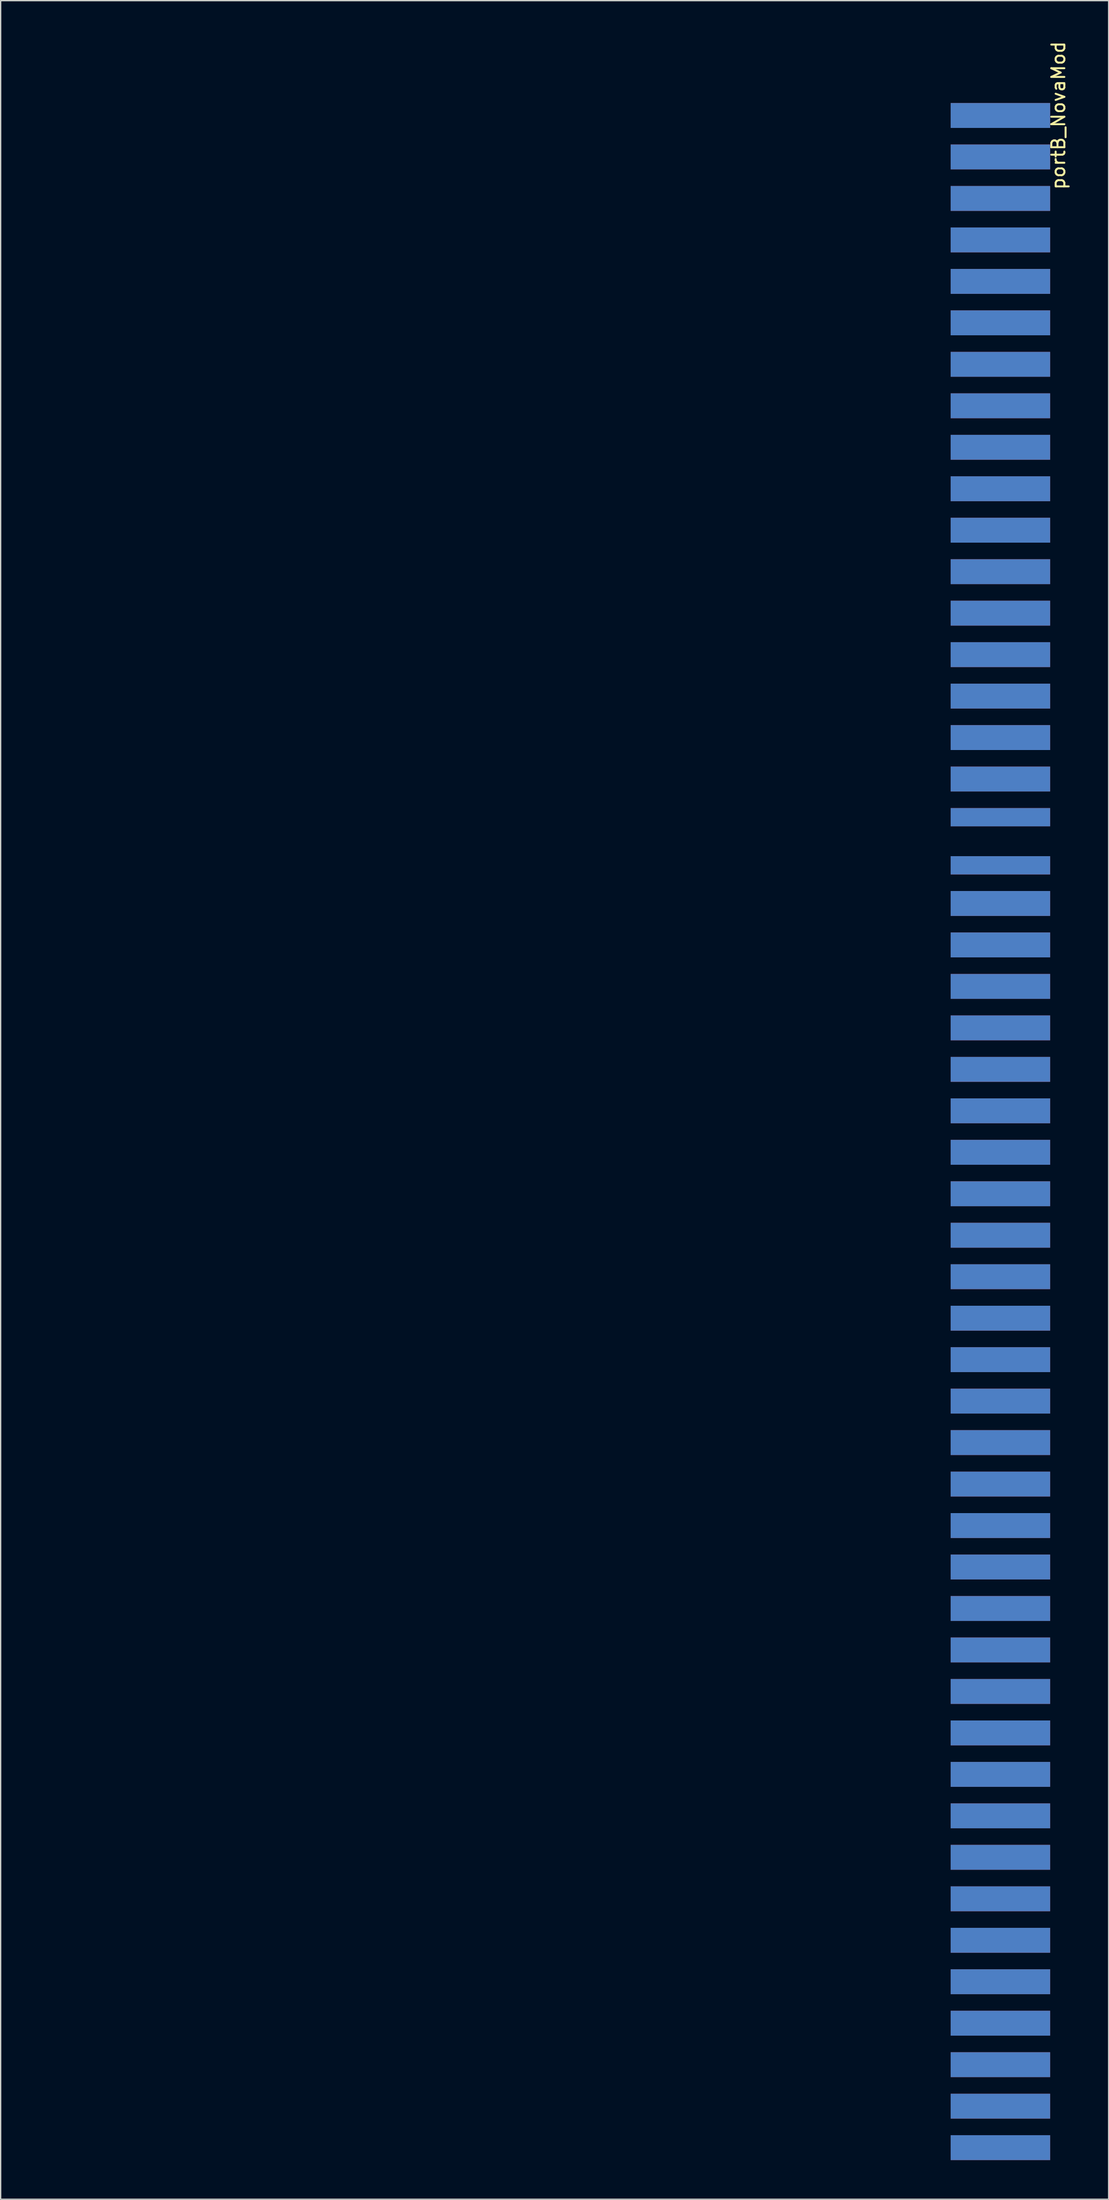
<source format=kicad_pcb>
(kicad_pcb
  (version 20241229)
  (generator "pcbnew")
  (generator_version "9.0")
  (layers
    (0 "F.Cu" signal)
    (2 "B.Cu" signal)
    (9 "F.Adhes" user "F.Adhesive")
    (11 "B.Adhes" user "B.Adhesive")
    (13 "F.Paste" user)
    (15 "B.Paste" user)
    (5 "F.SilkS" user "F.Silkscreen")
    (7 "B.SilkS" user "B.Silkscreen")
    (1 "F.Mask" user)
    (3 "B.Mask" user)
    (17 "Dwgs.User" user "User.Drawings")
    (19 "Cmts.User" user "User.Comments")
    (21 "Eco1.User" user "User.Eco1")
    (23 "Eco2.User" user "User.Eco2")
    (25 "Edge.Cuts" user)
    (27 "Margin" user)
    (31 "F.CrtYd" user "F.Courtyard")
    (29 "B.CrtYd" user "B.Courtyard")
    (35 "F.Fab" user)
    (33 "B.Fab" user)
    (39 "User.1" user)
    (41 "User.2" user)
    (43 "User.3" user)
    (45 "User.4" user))
  (footprint "portB_NovaMod"
    (layer "F.Cu")
    (at 0.25 81.039)
    (property "Reference" "portB_NovaMod" (at 77.787 -75.248 270) (layer "F.SilkS") (effects (font (size 1 1) (thickness 0.15))))
    (attr through_hole)
    (pad "1" smd rect (at 73.343 -75.248 270) (size 1.905 7.62) (layers "F.Cu" "F.Mask" "F.Paste"))
    (pad "2" smd rect (at 73.343 -75.248 270) (size 1.905 7.62) (layers "B.Cu" "B.Mask" "B.Paste"))
    (pad "3" smd rect (at 73.343 -72.073 270) (size 1.905 7.62) (layers "F.Cu" "F.Mask" "F.Paste"))
    (pad "4" smd rect (at 73.343 -72.073 270) (size 1.905 7.62) (layers "B.Cu" "B.Mask" "B.Paste"))
    (pad "5" smd rect (at 73.343 -68.897 270) (size 1.905 7.62) (layers "F.Cu" "F.Mask" "F.Paste"))
    (pad "6" smd rect (at 73.343 -68.897 270) (size 1.905 7.62) (layers "B.Cu" "B.Mask" "B.Paste"))
    (pad "7" smd rect (at 73.343 -65.722 270) (size 1.905 7.62) (layers "F.Cu" "F.Mask" "F.Paste"))
    (pad "8" smd rect (at 73.343 -65.722 270) (size 1.905 7.62) (layers "B.Cu" "B.Mask" "B.Paste"))
    (pad "9" smd rect (at 73.343 -62.547 270) (size 1.905 7.62) (layers "F.Cu" "F.Mask" "F.Paste"))
    (pad "10" smd rect (at 73.343 -62.547 270) (size 1.905 7.62) (layers "B.Cu" "B.Mask" "B.Paste"))
    (pad "11" smd rect (at 73.343 -59.373 270) (size 1.905 7.62) (layers "F.Cu" "F.Mask" "F.Paste"))
    (pad "12" smd rect (at 73.343 -59.373 270) (size 1.905 7.62) (layers "B.Cu" "B.Mask" "B.Paste"))
    (pad "13" smd rect (at 73.343 -56.197 270) (size 1.905 7.62) (layers "F.Cu" "F.Mask" "F.Paste"))
    (pad "14" smd rect (at 73.343 -56.197 270) (size 1.905 7.62) (layers "B.Cu" "B.Mask" "B.Paste"))
    (pad "15" smd rect (at 73.343 -53.023 270) (size 1.905 7.62) (layers "F.Cu" "F.Mask" "F.Paste"))
    (pad "16" smd rect (at 73.343 -53.023 270) (size 1.905 7.62) (layers "B.Cu" "B.Mask" "B.Paste"))
    (pad "17" smd rect (at 73.343 -49.847 270) (size 1.905 7.62) (layers "F.Cu" "F.Mask" "F.Paste"))
    (pad "18" smd rect (at 73.343 -49.847 270) (size 1.905 7.62) (layers "B.Cu" "B.Mask" "B.Paste"))
    (pad "19" smd rect (at 73.343 -46.672 270) (size 1.905 7.62) (layers "F.Cu" "F.Mask" "F.Paste"))
    (pad "20" smd rect (at 73.343 -46.672 270) (size 1.905 7.62) (layers "B.Cu" "B.Mask" "B.Paste"))
    (pad "21" smd rect (at 73.343 -43.498 270) (size 1.905 7.62) (layers "F.Cu" "F.Mask" "F.Paste"))
    (pad "22" smd rect (at 73.343 -43.498 270) (size 1.905 7.62) (layers "B.Cu" "B.Mask" "B.Paste"))
    (pad "23" smd rect (at 73.343 -40.322 270) (size 1.905 7.62) (layers "F.Cu" "F.Mask" "F.Paste"))
    (pad "24" smd rect (at 73.343 -40.322 270) (size 1.905 7.62) (layers "B.Cu" "B.Mask" "B.Paste"))
    (pad "25" smd rect (at 73.343 -37.148 270) (size 1.905 7.62) (layers "F.Cu" "F.Mask" "F.Paste"))
    (pad "26" smd rect (at 73.343 -37.148 270) (size 1.905 7.62) (layers "B.Cu" "B.Mask" "B.Paste"))
    (pad "27" smd rect (at 73.343 -33.972 270) (size 1.905 7.62) (layers "F.Cu" "F.Mask" "F.Paste"))
    (pad "28" smd rect (at 73.343 -33.972 270) (size 1.905 7.62) (layers "B.Cu" "B.Mask" "B.Paste"))
    (pad "29" smd rect (at 73.343 -30.797 270) (size 1.905 7.62) (layers "F.Cu" "F.Mask" "F.Paste"))
    (pad "30" smd rect (at 73.343 -30.797 270) (size 1.905 7.62) (layers "B.Cu" "B.Mask" "B.Paste"))
    (pad "31" smd rect (at 73.343 -27.622 270) (size 1.905 7.62) (layers "F.Cu" "F.Mask" "F.Paste"))
    (pad "32" smd rect (at 73.343 -27.622 270) (size 1.905 7.62) (layers "B.Cu" "B.Mask" "B.Paste"))
    (pad "33" smd rect (at 73.343 -24.448 270) (size 1.905 7.62) (layers "F.Cu" "F.Mask" "F.Paste"))
    (pad "34" smd rect (at 73.343 -24.448 270) (size 1.905 7.62) (layers "B.Cu" "B.Mask" "B.Paste"))
    (pad "35" smd rect (at 73.343 -21.526 270) (size 1.397 7.62) (layers "F.Cu" "F.Mask" "F.Paste"))
    (pad "36" smd rect (at 73.343 -21.526 270) (size 1.397 7.62) (layers "B.Cu" "B.Mask" "B.Paste"))
    (pad "37" smd rect (at 73.343 -17.843 270) (size 1.397 7.62) (layers "F.Cu" "F.Mask" "F.Paste"))
    (pad "38" smd rect (at 73.343 -17.843 270) (size 1.397 7.62) (layers "B.Cu" "B.Mask" "B.Paste"))
    (pad "39" smd rect (at 73.343 -14.922 270) (size 1.905 7.62) (layers "F.Cu" "F.Mask" "F.Paste"))
    (pad "40" smd rect (at 73.343 -14.922 270) (size 1.905 7.62) (layers "B.Cu" "B.Mask" "B.Paste"))
    (pad "41" smd rect (at 73.343 -11.748 270) (size 1.905 7.62) (layers "F.Cu" "F.Mask" "F.Paste"))
    (pad "42" smd rect (at 73.343 -11.748 270) (size 1.905 7.62) (layers "B.Cu" "B.Mask" "B.Paste"))
    (pad "43" smd rect (at 73.343 -8.572 270) (size 1.905 7.62) (layers "F.Cu" "F.Mask" "F.Paste"))
    (pad "44" smd rect (at 73.343 -8.572 270) (size 1.905 7.62) (layers "B.Cu" "B.Mask" "B.Paste"))
    (pad "45" smd rect (at 73.343 -5.397 270) (size 1.905 7.62) (layers "F.Cu" "F.Mask" "F.Paste"))
    (pad "46" smd rect (at 73.343 -5.397 270) (size 1.905 7.62) (layers "B.Cu" "B.Mask" "B.Paste"))
    (pad "47" smd rect (at 73.343 -2.223 270) (size 1.905 7.62) (layers "F.Cu" "F.Mask" "F.Paste"))
    (pad "48" smd rect (at 73.343 -2.223 270) (size 1.905 7.62) (layers "B.Cu" "B.Mask" "B.Paste"))
    (pad "49" smd rect (at 73.343 0.953 270) (size 1.905 7.62) (layers "F.Cu" "F.Mask" "F.Paste"))
    (pad "50" smd rect (at 73.343 0.953 270) (size 1.905 7.62) (layers "B.Cu" "B.Mask" "B.Paste"))
    (pad "51" smd rect (at 73.343 4.128 270) (size 1.905 7.62) (layers "F.Cu" "F.Mask" "F.Paste"))
    (pad "52" smd rect (at 73.343 4.128 270) (size 1.905 7.62) (layers "B.Cu" "B.Mask" "B.Paste"))
    (pad "53" smd rect (at 73.343 7.303 270) (size 1.905 7.62) (layers "F.Cu" "F.Mask" "F.Paste"))
    (pad "54" smd rect (at 73.343 7.303 270) (size 1.905 7.62) (layers "B.Cu" "B.Mask" "B.Paste"))
    (pad "55" smd rect (at 73.343 10.477 270) (size 1.905 7.62) (layers "F.Cu" "F.Mask" "F.Paste"))
    (pad "56" smd rect (at 73.343 10.477 270) (size 1.905 7.62) (layers "B.Cu" "B.Mask" "B.Paste"))
    (pad "57" smd rect (at 73.343 13.652 270) (size 1.905 7.62) (layers "F.Cu" "F.Mask" "F.Paste"))
    (pad "58" smd rect (at 73.343 13.652 270) (size 1.905 7.62) (layers "B.Cu" "B.Mask" "B.Paste"))
    (pad "59" smd rect (at 73.343 16.828 270) (size 1.905 7.62) (layers "F.Cu" "F.Mask" "F.Paste"))
    (pad "60" smd rect (at 73.343 16.828 270) (size 1.905 7.62) (layers "B.Cu" "B.Mask" "B.Paste"))
    (pad "61" smd rect (at 73.343 20.003 270) (size 1.905 7.62) (layers "F.Cu" "F.Mask" "F.Paste"))
    (pad "62" smd rect (at 73.343 20.003 270) (size 1.905 7.62) (layers "B.Cu" "B.Mask" "B.Paste"))
    (pad "63" smd rect (at 73.343 23.177 270) (size 1.905 7.62) (layers "F.Cu" "F.Mask" "F.Paste"))
    (pad "64" smd rect (at 73.343 23.177 270) (size 1.905 7.62) (layers "B.Cu" "B.Mask" "B.Paste"))
    (pad "65" smd rect (at 73.343 26.352 270) (size 1.905 7.62) (layers "F.Cu" "F.Mask" "F.Paste"))
    (pad "66" smd rect (at 73.343 26.352 270) (size 1.905 7.62) (layers "B.Cu" "B.Mask" "B.Paste"))
    (pad "67" smd rect (at 73.343 29.527 270) (size 1.905 7.62) (layers "F.Cu" "F.Mask" "F.Paste"))
    (pad "68" smd rect (at 73.343 29.527 270) (size 1.905 7.62) (layers "B.Cu" "B.Mask" "B.Paste"))
    (pad "69" smd rect (at 73.343 32.703 270) (size 1.905 7.62) (layers "F.Cu" "F.Mask" "F.Paste"))
    (pad "70" smd rect (at 73.343 32.703 270) (size 1.905 7.62) (layers "B.Cu" "B.Mask" "B.Paste"))
    (pad "71" smd rect (at 73.343 35.877 270) (size 1.905 7.62) (layers "F.Cu" "F.Mask" "F.Paste"))
    (pad "72" smd rect (at 73.343 35.877 270) (size 1.905 7.62) (layers "B.Cu" "B.Mask" "B.Paste"))
    (pad "73" smd rect (at 73.343 39.053 270) (size 1.905 7.62) (layers "F.Cu" "F.Mask" "F.Paste"))
    (pad "74" smd rect (at 73.343 39.053 270) (size 1.905 7.62) (layers "B.Cu" "B.Mask" "B.Paste"))
    (pad "75" smd rect (at 73.343 42.227 270) (size 1.905 7.62) (layers "F.Cu" "F.Mask" "F.Paste"))
    (pad "76" smd rect (at 73.343 42.227 270) (size 1.905 7.62) (layers "B.Cu" "B.Mask" "B.Paste"))
    (pad "77" smd rect (at 73.343 45.403 270) (size 1.905 7.62) (layers "F.Cu" "F.Mask" "F.Paste"))
    (pad "78" smd rect (at 73.343 45.403 270) (size 1.905 7.62) (layers "B.Cu" "B.Mask" "B.Paste"))
    (pad "79" smd rect (at 73.343 48.578 270) (size 1.905 7.62) (layers "F.Cu" "F.Mask" "F.Paste"))
    (pad "80" smd rect (at 73.343 48.578 270) (size 1.905 7.62) (layers "B.Cu" "B.Mask" "B.Paste"))
    (pad "81" smd rect (at 73.343 51.752 270) (size 1.905 7.62) (layers "F.Cu" "F.Mask" "F.Paste"))
    (pad "82" smd rect (at 73.343 51.752 270) (size 1.905 7.62) (layers "B.Cu" "B.Mask" "B.Paste"))
    (pad "83" smd rect (at 73.343 54.928 270) (size 1.905 7.62) (layers "F.Cu" "F.Mask" "F.Paste"))
    (pad "84" smd rect (at 73.343 54.928 270) (size 1.905 7.62) (layers "B.Cu" "B.Mask" "B.Paste"))
    (pad "85" smd rect (at 73.343 58.102 270) (size 1.905 7.62) (layers "F.Cu" "F.Mask" "F.Paste"))
    (pad "86" smd rect (at 73.343 58.102 270) (size 1.905 7.62) (layers "B.Cu" "B.Mask" "B.Paste"))
    (pad "87" smd rect (at 73.343 61.278 270) (size 1.905 7.62) (layers "F.Cu" "F.Mask" "F.Paste"))
    (pad "88" smd rect (at 73.343 61.278 270) (size 1.905 7.62) (layers "B.Cu" "B.Mask" "B.Paste"))
    (pad "89" smd rect (at 73.343 64.453 270) (size 1.905 7.62) (layers "F.Cu" "F.Mask" "F.Paste"))
    (pad "90" smd rect (at 73.343 64.453 270) (size 1.905 7.62) (layers "B.Cu" "B.Mask" "B.Paste"))
    (pad "91" smd rect (at 73.343 67.627 270) (size 1.905 7.62) (layers "F.Cu" "F.Mask" "F.Paste"))
    (pad "92" smd rect (at 73.343 67.627 270) (size 1.905 7.62) (layers "B.Cu" "B.Mask" "B.Paste"))
    (pad "93" smd rect (at 73.343 70.802 270) (size 1.905 7.62) (layers "F.Cu" "F.Mask" "F.Paste"))
    (pad "94" smd rect (at 73.343 70.802 270) (size 1.905 7.62) (layers "B.Cu" "B.Mask" "B.Paste"))
    (pad "95" smd rect (at 73.343 73.978 270) (size 1.905 7.62) (layers "F.Cu" "F.Mask" "F.Paste"))
    (pad "96" smd rect (at 73.343 73.978 270) (size 1.905 7.62) (layers "B.Cu" "B.Mask" "B.Paste"))
    (pad "97" smd rect (at 73.343 77.153 270) (size 1.905 7.62) (layers "F.Cu" "F.Mask" "F.Paste"))
    (pad "98" smd rect (at 73.343 77.153 270) (size 1.905 7.62) (layers "B.Cu" "B.Mask" "B.Paste"))
    (pad "99" smd rect (at 73.343 80.328 270) (size 1.905 7.62) (layers "F.Cu" "F.Mask" "F.Paste"))
    (pad "100" smd rect (at 73.343 80.328 270) (size 1.905 7.62) (layers "B.Cu" "B.Mask" "B.Paste")))
  (gr_rect
    (start -3 -3)
    (end 81.886 165.319)
    (stroke (width 0.1) (type default))
    (fill no)
    (layer "Edge.Cuts")))
</source>
